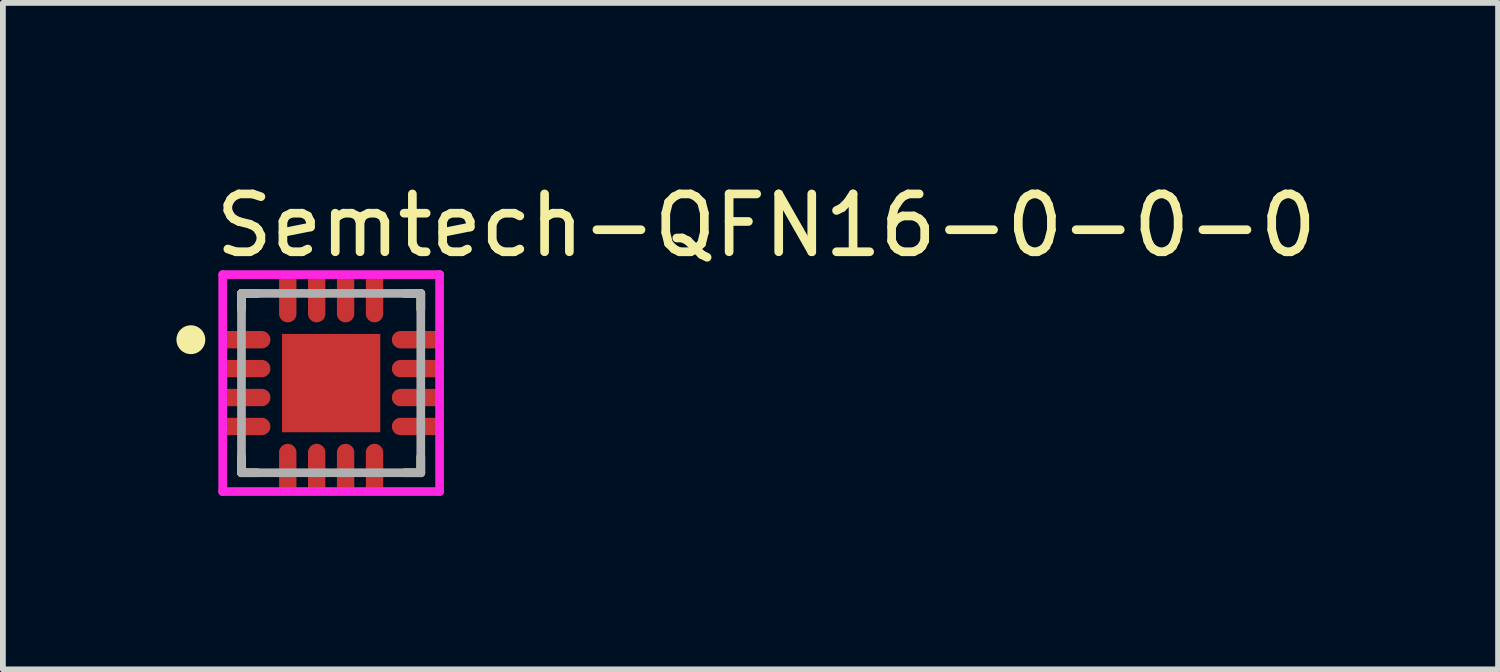
<source format=kicad_pcb>
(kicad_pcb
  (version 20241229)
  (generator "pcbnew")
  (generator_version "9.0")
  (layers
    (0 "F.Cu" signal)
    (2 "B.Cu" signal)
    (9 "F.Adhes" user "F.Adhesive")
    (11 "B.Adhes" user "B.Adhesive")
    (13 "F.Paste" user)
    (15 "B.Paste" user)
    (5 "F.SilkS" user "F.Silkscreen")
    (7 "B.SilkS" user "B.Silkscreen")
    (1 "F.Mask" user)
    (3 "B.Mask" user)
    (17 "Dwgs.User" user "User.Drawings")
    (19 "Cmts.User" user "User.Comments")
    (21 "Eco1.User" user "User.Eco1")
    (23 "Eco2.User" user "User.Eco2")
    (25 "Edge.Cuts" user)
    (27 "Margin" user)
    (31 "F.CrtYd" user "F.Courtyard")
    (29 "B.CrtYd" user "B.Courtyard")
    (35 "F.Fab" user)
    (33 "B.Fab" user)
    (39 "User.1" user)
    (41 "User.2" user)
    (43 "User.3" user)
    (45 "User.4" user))
  (footprint "Semtech-QFN16-0-0-0"
    (layer "F.Cu")
    (at 2.675 3.573)
    (property "Reference" "Semtech-QFN16-0-0-0" (at -2.075 -2.725 0) (layer "F.SilkS") (effects (font (size 1 1) (thickness 0.15)) (justify left)))
    (attr through_hole)
    (fp_line (start -1.55 -1.55) (end -1.275 -1.55) (stroke (width 0.15) (type solid)) (layer "F.SilkS"))
    (fp_line (start -1.55 -1.275) (end -1.55 -1.55) (stroke (width 0.15) (type solid)) (layer "F.SilkS"))
    (fp_line (start -1.55 1.55) (end -1.55 1.275) (stroke (width 0.15) (type solid)) (layer "F.SilkS"))
    (fp_line (start -1.55 1.55) (end -1.275 1.55) (stroke (width 0.15) (type solid)) (layer "F.SilkS"))
    (fp_line (start 1.275 -1.55) (end 1.55 -1.55) (stroke (width 0.15) (type solid)) (layer "F.SilkS"))
    (fp_line (start 1.275 1.55) (end 1.55 1.55) (stroke (width 0.15) (type solid)) (layer "F.SilkS"))
    (fp_line (start 1.55 -1.275) (end 1.55 -1.55) (stroke (width 0.15) (type solid)) (layer "F.SilkS"))
    (fp_line (start 1.55 1.55) (end 1.55 1.275) (stroke (width 0.15) (type solid)) (layer "F.SilkS"))
    (fp_circle (center -2.425 -0.75) (end -2.3 -0.75) (stroke (width 0.25) (type solid)) (fill no) (layer "F.SilkS"))
    (fp_line (start -1.875 -1.875) (end -1.875 1.875) (stroke (width 0.15) (type solid)) (layer "F.CrtYd"))
    (fp_line (start -1.875 1.875) (end 1.875 1.875) (stroke (width 0.15) (type solid)) (layer "F.CrtYd"))
    (fp_line (start 1.875 -1.875) (end -1.875 -1.875) (stroke (width 0.15) (type solid)) (layer "F.CrtYd"))
    (fp_line (start 1.875 -1.875) (end 1.875 -1.875) (stroke (width 0.15) (type solid)) (layer "F.CrtYd"))
    (fp_line (start 1.875 1.875) (end 1.875 -1.875) (stroke (width 0.15) (type solid)) (layer "F.CrtYd"))
    (fp_line (start -1.55 -1.55) (end 1.55 -1.55) (stroke (width 0.15) (type solid)) (layer "F.Fab"))
    (fp_line (start -1.55 1.55) (end -1.55 -1.55) (stroke (width 0.15) (type solid)) (layer "F.Fab"))
    (fp_line (start 1.55 -1.55) (end 1.55 1.55) (stroke (width 0.15) (type solid)) (layer "F.Fab"))
    (fp_line (start 1.55 1.55) (end -1.55 1.55) (stroke (width 0.15) (type solid)) (layer "F.Fab"))
    (pad "1" smd custom (at -1.45 -0.75) (size 0.3 0.3) (layers "F.Cu" "F.Mask" "F.Paste") (options (anchor circle)) (primitives (gr_poly (pts (xy -0.4 -0.15) (xy -0.4 0.15) (xy 0.25 0.15) (xy 0.262 0.15) (xy 0.273 0.148) (xy 0.285 0.146) (xy 0.296 0.143) (xy 0.307 0.139) (xy 0.318 0.134) (xy 0.328 0.128) (xy 0.338 0.121) (xy 0.347 0.114) (xy 0.356 0.106) (xy 0.364 0.097) (xy 0.371 0.088) (xy 0.378 0.078) (xy 0.384 0.068) (xy 0.389 0.057) (xy 0.393 0.046) (xy 0.396 0.035) (xy 0.398 0.023) (xy 0.4 0.012) (xy 0.4 0) (xy 0.4 -0.012) (xy 0.398 -0.023) (xy 0.396 -0.035) (xy 0.393 -0.046) (xy 0.389 -0.057) (xy 0.384 -0.068) (xy 0.378 -0.078) (xy 0.371 -0.088) (xy 0.364 -0.097) (xy 0.356 -0.106) (xy 0.347 -0.114) (xy 0.338 -0.121) (xy 0.328 -0.128) (xy 0.318 -0.134) (xy 0.307 -0.139) (xy 0.296 -0.143) (xy 0.285 -0.146) (xy 0.273 -0.148) (xy 0.262 -0.15) (xy 0.25 -0.15) (xy -0.4 -0.15)) (width 0) (fill yes))))
    (pad "2" smd custom (at -1.45 -0.25) (size 0.3 0.3) (layers "F.Cu" "F.Mask" "F.Paste") (options (anchor circle)) (primitives (gr_poly (pts (xy -0.4 -0.15) (xy -0.4 0.15) (xy 0.25 0.15) (xy 0.262 0.15) (xy 0.273 0.148) (xy 0.285 0.146) (xy 0.296 0.143) (xy 0.307 0.139) (xy 0.318 0.134) (xy 0.328 0.128) (xy 0.338 0.121) (xy 0.347 0.114) (xy 0.356 0.106) (xy 0.364 0.097) (xy 0.371 0.088) (xy 0.378 0.078) (xy 0.384 0.068) (xy 0.389 0.057) (xy 0.393 0.046) (xy 0.396 0.035) (xy 0.398 0.023) (xy 0.4 0.012) (xy 0.4 0) (xy 0.4 -0.012) (xy 0.398 -0.023) (xy 0.396 -0.035) (xy 0.393 -0.046) (xy 0.389 -0.057) (xy 0.384 -0.068) (xy 0.378 -0.078) (xy 0.371 -0.088) (xy 0.364 -0.097) (xy 0.356 -0.106) (xy 0.347 -0.114) (xy 0.338 -0.121) (xy 0.328 -0.128) (xy 0.318 -0.134) (xy 0.307 -0.139) (xy 0.296 -0.143) (xy 0.285 -0.146) (xy 0.273 -0.148) (xy 0.262 -0.15) (xy 0.25 -0.15) (xy -0.4 -0.15)) (width 0) (fill yes))))
    (pad "3" smd custom (at -1.45 0.25) (size 0.3 0.3) (layers "F.Cu" "F.Mask" "F.Paste") (options (anchor circle)) (primitives (gr_poly (pts (xy -0.4 -0.15) (xy -0.4 0.15) (xy 0.25 0.15) (xy 0.262 0.15) (xy 0.273 0.148) (xy 0.285 0.146) (xy 0.296 0.143) (xy 0.307 0.139) (xy 0.318 0.134) (xy 0.328 0.128) (xy 0.338 0.121) (xy 0.347 0.114) (xy 0.356 0.106) (xy 0.364 0.097) (xy 0.371 0.088) (xy 0.378 0.078) (xy 0.384 0.068) (xy 0.389 0.057) (xy 0.393 0.046) (xy 0.396 0.035) (xy 0.398 0.023) (xy 0.4 0.012) (xy 0.4 0) (xy 0.4 -0.012) (xy 0.398 -0.023) (xy 0.396 -0.035) (xy 0.393 -0.046) (xy 0.389 -0.057) (xy 0.384 -0.068) (xy 0.378 -0.078) (xy 0.371 -0.088) (xy 0.364 -0.097) (xy 0.356 -0.106) (xy 0.347 -0.114) (xy 0.338 -0.121) (xy 0.328 -0.128) (xy 0.318 -0.134) (xy 0.307 -0.139) (xy 0.296 -0.143) (xy 0.285 -0.146) (xy 0.273 -0.148) (xy 0.262 -0.15) (xy 0.25 -0.15) (xy -0.4 -0.15)) (width 0) (fill yes))))
    (pad "4" smd custom (at -1.45 0.75) (size 0.3 0.3) (layers "F.Cu" "F.Mask" "F.Paste") (options (anchor circle)) (primitives (gr_poly (pts (xy -0.4 -0.15) (xy -0.4 0.15) (xy 0.25 0.15) (xy 0.262 0.15) (xy 0.273 0.148) (xy 0.285 0.146) (xy 0.296 0.143) (xy 0.307 0.139) (xy 0.318 0.134) (xy 0.328 0.128) (xy 0.338 0.121) (xy 0.347 0.114) (xy 0.356 0.106) (xy 0.364 0.097) (xy 0.371 0.088) (xy 0.378 0.078) (xy 0.384 0.068) (xy 0.389 0.057) (xy 0.393 0.046) (xy 0.396 0.035) (xy 0.398 0.023) (xy 0.4 0.012) (xy 0.4 0) (xy 0.4 -0.012) (xy 0.398 -0.023) (xy 0.396 -0.035) (xy 0.393 -0.046) (xy 0.389 -0.057) (xy 0.384 -0.068) (xy 0.378 -0.078) (xy 0.371 -0.088) (xy 0.364 -0.097) (xy 0.356 -0.106) (xy 0.347 -0.114) (xy 0.338 -0.121) (xy 0.328 -0.128) (xy 0.318 -0.134) (xy 0.307 -0.139) (xy 0.296 -0.143) (xy 0.285 -0.146) (xy 0.273 -0.148) (xy 0.262 -0.15) (xy 0.25 -0.15) (xy -0.4 -0.15)) (width 0) (fill yes))))
    (pad "5" smd custom (at -0.75 1.45) (size 0.3 0.3) (layers "F.Cu" "F.Mask" "F.Paste") (options (anchor circle)) (primitives (gr_poly (pts (xy -0.15 0.4) (xy 0.15 0.4) (xy 0.15 -0.25) (xy 0.15 -0.262) (xy 0.148 -0.273) (xy 0.146 -0.285) (xy 0.143 -0.296) (xy 0.139 -0.307) (xy 0.134 -0.318) (xy 0.128 -0.328) (xy 0.121 -0.338) (xy 0.114 -0.347) (xy 0.106 -0.356) (xy 0.097 -0.364) (xy 0.088 -0.371) (xy 0.078 -0.378) (xy 0.068 -0.384) (xy 0.057 -0.389) (xy 0.046 -0.393) (xy 0.035 -0.396) (xy 0.023 -0.398) (xy 0.012 -0.4) (xy 0 -0.4) (xy -0.012 -0.4) (xy -0.023 -0.398) (xy -0.035 -0.396) (xy -0.046 -0.393) (xy -0.057 -0.389) (xy -0.068 -0.384) (xy -0.078 -0.378) (xy -0.088 -0.371) (xy -0.097 -0.364) (xy -0.106 -0.356) (xy -0.114 -0.347) (xy -0.121 -0.338) (xy -0.128 -0.328) (xy -0.134 -0.318) (xy -0.139 -0.307) (xy -0.143 -0.296) (xy -0.146 -0.285) (xy -0.148 -0.273) (xy -0.15 -0.262) (xy -0.15 -0.25) (xy -0.15 0.4)) (width 0) (fill yes))))
    (pad "6" smd custom (at -0.25 1.45) (size 0.3 0.3) (layers "F.Cu" "F.Mask" "F.Paste") (options (anchor circle)) (primitives (gr_poly (pts (xy -0.15 0.4) (xy 0.15 0.4) (xy 0.15 -0.25) (xy 0.15 -0.262) (xy 0.148 -0.273) (xy 0.146 -0.285) (xy 0.143 -0.296) (xy 0.139 -0.307) (xy 0.134 -0.318) (xy 0.128 -0.328) (xy 0.121 -0.338) (xy 0.114 -0.347) (xy 0.106 -0.356) (xy 0.097 -0.364) (xy 0.088 -0.371) (xy 0.078 -0.378) (xy 0.068 -0.384) (xy 0.057 -0.389) (xy 0.046 -0.393) (xy 0.035 -0.396) (xy 0.023 -0.398) (xy 0.012 -0.4) (xy 0 -0.4) (xy -0.012 -0.4) (xy -0.023 -0.398) (xy -0.035 -0.396) (xy -0.046 -0.393) (xy -0.057 -0.389) (xy -0.068 -0.384) (xy -0.078 -0.378) (xy -0.088 -0.371) (xy -0.097 -0.364) (xy -0.106 -0.356) (xy -0.114 -0.347) (xy -0.121 -0.338) (xy -0.128 -0.328) (xy -0.134 -0.318) (xy -0.139 -0.307) (xy -0.143 -0.296) (xy -0.146 -0.285) (xy -0.148 -0.273) (xy -0.15 -0.262) (xy -0.15 -0.25) (xy -0.15 0.4)) (width 0) (fill yes))))
    (pad "7" smd custom (at 0.25 1.45) (size 0.3 0.3) (layers "F.Cu" "F.Mask" "F.Paste") (options (anchor circle)) (primitives (gr_poly (pts (xy -0.15 0.4) (xy 0.15 0.4) (xy 0.15 -0.25) (xy 0.15 -0.262) (xy 0.148 -0.273) (xy 0.146 -0.285) (xy 0.143 -0.296) (xy 0.139 -0.307) (xy 0.134 -0.318) (xy 0.128 -0.328) (xy 0.121 -0.338) (xy 0.114 -0.347) (xy 0.106 -0.356) (xy 0.097 -0.364) (xy 0.088 -0.371) (xy 0.078 -0.378) (xy 0.068 -0.384) (xy 0.057 -0.389) (xy 0.046 -0.393) (xy 0.035 -0.396) (xy 0.023 -0.398) (xy 0.012 -0.4) (xy 0 -0.4) (xy -0.012 -0.4) (xy -0.023 -0.398) (xy -0.035 -0.396) (xy -0.046 -0.393) (xy -0.057 -0.389) (xy -0.068 -0.384) (xy -0.078 -0.378) (xy -0.088 -0.371) (xy -0.097 -0.364) (xy -0.106 -0.356) (xy -0.114 -0.347) (xy -0.121 -0.338) (xy -0.128 -0.328) (xy -0.134 -0.318) (xy -0.139 -0.307) (xy -0.143 -0.296) (xy -0.146 -0.285) (xy -0.148 -0.273) (xy -0.15 -0.262) (xy -0.15 -0.25) (xy -0.15 0.4)) (width 0) (fill yes))))
    (pad "8" smd custom (at 0.75 1.45) (size 0.3 0.3) (layers "F.Cu" "F.Mask" "F.Paste") (options (anchor circle)) (primitives (gr_poly (pts (xy -0.15 0.4) (xy 0.15 0.4) (xy 0.15 -0.25) (xy 0.15 -0.262) (xy 0.148 -0.273) (xy 0.146 -0.285) (xy 0.143 -0.296) (xy 0.139 -0.307) (xy 0.134 -0.318) (xy 0.128 -0.328) (xy 0.121 -0.338) (xy 0.114 -0.347) (xy 0.106 -0.356) (xy 0.097 -0.364) (xy 0.088 -0.371) (xy 0.078 -0.378) (xy 0.068 -0.384) (xy 0.057 -0.389) (xy 0.046 -0.393) (xy 0.035 -0.396) (xy 0.023 -0.398) (xy 0.012 -0.4) (xy 0 -0.4) (xy -0.012 -0.4) (xy -0.023 -0.398) (xy -0.035 -0.396) (xy -0.046 -0.393) (xy -0.057 -0.389) (xy -0.068 -0.384) (xy -0.078 -0.378) (xy -0.088 -0.371) (xy -0.097 -0.364) (xy -0.106 -0.356) (xy -0.114 -0.347) (xy -0.121 -0.338) (xy -0.128 -0.328) (xy -0.134 -0.318) (xy -0.139 -0.307) (xy -0.143 -0.296) (xy -0.146 -0.285) (xy -0.148 -0.273) (xy -0.15 -0.262) (xy -0.15 -0.25) (xy -0.15 0.4)) (width 0) (fill yes))))
    (pad "9" smd custom (at 1.45 0.75) (size 0.3 0.3) (layers "F.Cu" "F.Mask" "F.Paste") (options (anchor circle)) (primitives (gr_poly (pts (xy 0.4 0.15) (xy 0.4 -0.15) (xy -0.25 -0.15) (xy -0.262 -0.15) (xy -0.273 -0.148) (xy -0.285 -0.146) (xy -0.296 -0.143) (xy -0.307 -0.139) (xy -0.318 -0.134) (xy -0.328 -0.128) (xy -0.338 -0.121) (xy -0.347 -0.114) (xy -0.356 -0.106) (xy -0.364 -0.097) (xy -0.371 -0.088) (xy -0.378 -0.078) (xy -0.384 -0.068) (xy -0.389 -0.057) (xy -0.393 -0.046) (xy -0.396 -0.035) (xy -0.398 -0.023) (xy -0.4 -0.012) (xy -0.4 0) (xy -0.4 0.012) (xy -0.398 0.023) (xy -0.396 0.035) (xy -0.393 0.046) (xy -0.389 0.057) (xy -0.384 0.068) (xy -0.378 0.078) (xy -0.371 0.088) (xy -0.364 0.097) (xy -0.356 0.106) (xy -0.347 0.114) (xy -0.338 0.121) (xy -0.328 0.128) (xy -0.318 0.134) (xy -0.307 0.139) (xy -0.296 0.143) (xy -0.285 0.146) (xy -0.273 0.148) (xy -0.262 0.15) (xy -0.25 0.15) (xy 0.4 0.15)) (width 0) (fill yes))))
    (pad "10" smd custom (at 1.45 0.25) (size 0.3 0.3) (layers "F.Cu" "F.Mask" "F.Paste") (options (anchor circle)) (primitives (gr_poly (pts (xy 0.4 0.15) (xy 0.4 -0.15) (xy -0.25 -0.15) (xy -0.262 -0.15) (xy -0.273 -0.148) (xy -0.285 -0.146) (xy -0.296 -0.143) (xy -0.307 -0.139) (xy -0.318 -0.134) (xy -0.328 -0.128) (xy -0.338 -0.121) (xy -0.347 -0.114) (xy -0.356 -0.106) (xy -0.364 -0.097) (xy -0.371 -0.088) (xy -0.378 -0.078) (xy -0.384 -0.068) (xy -0.389 -0.057) (xy -0.393 -0.046) (xy -0.396 -0.035) (xy -0.398 -0.023) (xy -0.4 -0.012) (xy -0.4 0) (xy -0.4 0.012) (xy -0.398 0.023) (xy -0.396 0.035) (xy -0.393 0.046) (xy -0.389 0.057) (xy -0.384 0.068) (xy -0.378 0.078) (xy -0.371 0.088) (xy -0.364 0.097) (xy -0.356 0.106) (xy -0.347 0.114) (xy -0.338 0.121) (xy -0.328 0.128) (xy -0.318 0.134) (xy -0.307 0.139) (xy -0.296 0.143) (xy -0.285 0.146) (xy -0.273 0.148) (xy -0.262 0.15) (xy -0.25 0.15) (xy 0.4 0.15)) (width 0) (fill yes))))
    (pad "11" smd custom (at 1.45 -0.25) (size 0.3 0.3) (layers "F.Cu" "F.Mask" "F.Paste") (options (anchor circle)) (primitives (gr_poly (pts (xy 0.4 0.15) (xy 0.4 -0.15) (xy -0.25 -0.15) (xy -0.262 -0.15) (xy -0.273 -0.148) (xy -0.285 -0.146) (xy -0.296 -0.143) (xy -0.307 -0.139) (xy -0.318 -0.134) (xy -0.328 -0.128) (xy -0.338 -0.121) (xy -0.347 -0.114) (xy -0.356 -0.106) (xy -0.364 -0.097) (xy -0.371 -0.088) (xy -0.378 -0.078) (xy -0.384 -0.068) (xy -0.389 -0.057) (xy -0.393 -0.046) (xy -0.396 -0.035) (xy -0.398 -0.023) (xy -0.4 -0.012) (xy -0.4 0) (xy -0.4 0.012) (xy -0.398 0.023) (xy -0.396 0.035) (xy -0.393 0.046) (xy -0.389 0.057) (xy -0.384 0.068) (xy -0.378 0.078) (xy -0.371 0.088) (xy -0.364 0.097) (xy -0.356 0.106) (xy -0.347 0.114) (xy -0.338 0.121) (xy -0.328 0.128) (xy -0.318 0.134) (xy -0.307 0.139) (xy -0.296 0.143) (xy -0.285 0.146) (xy -0.273 0.148) (xy -0.262 0.15) (xy -0.25 0.15) (xy 0.4 0.15)) (width 0) (fill yes))))
    (pad "12" smd custom (at 1.45 -0.75) (size 0.3 0.3) (layers "F.Cu" "F.Mask" "F.Paste") (options (anchor circle)) (primitives (gr_poly (pts (xy 0.4 0.15) (xy 0.4 -0.15) (xy -0.25 -0.15) (xy -0.262 -0.15) (xy -0.273 -0.148) (xy -0.285 -0.146) (xy -0.296 -0.143) (xy -0.307 -0.139) (xy -0.318 -0.134) (xy -0.328 -0.128) (xy -0.338 -0.121) (xy -0.347 -0.114) (xy -0.356 -0.106) (xy -0.364 -0.097) (xy -0.371 -0.088) (xy -0.378 -0.078) (xy -0.384 -0.068) (xy -0.389 -0.057) (xy -0.393 -0.046) (xy -0.396 -0.035) (xy -0.398 -0.023) (xy -0.4 -0.012) (xy -0.4 0) (xy -0.4 0.012) (xy -0.398 0.023) (xy -0.396 0.035) (xy -0.393 0.046) (xy -0.389 0.057) (xy -0.384 0.068) (xy -0.378 0.078) (xy -0.371 0.088) (xy -0.364 0.097) (xy -0.356 0.106) (xy -0.347 0.114) (xy -0.338 0.121) (xy -0.328 0.128) (xy -0.318 0.134) (xy -0.307 0.139) (xy -0.296 0.143) (xy -0.285 0.146) (xy -0.273 0.148) (xy -0.262 0.15) (xy -0.25 0.15) (xy 0.4 0.15)) (width 0) (fill yes))))
    (pad "13" smd custom (at 0.75 -1.45) (size 0.3 0.3) (layers "F.Cu" "F.Mask" "F.Paste") (options (anchor circle)) (primitives (gr_poly (pts (xy 0.15 -0.4) (xy -0.15 -0.4) (xy -0.15 0.25) (xy -0.15 0.262) (xy -0.148 0.273) (xy -0.146 0.285) (xy -0.143 0.296) (xy -0.139 0.307) (xy -0.134 0.318) (xy -0.128 0.328) (xy -0.121 0.338) (xy -0.114 0.347) (xy -0.106 0.356) (xy -0.097 0.364) (xy -0.088 0.371) (xy -0.078 0.378) (xy -0.068 0.384) (xy -0.057 0.389) (xy -0.046 0.393) (xy -0.035 0.396) (xy -0.023 0.398) (xy -0.012 0.4) (xy 0 0.4) (xy 0.012 0.4) (xy 0.023 0.398) (xy 0.035 0.396) (xy 0.046 0.393) (xy 0.057 0.389) (xy 0.068 0.384) (xy 0.078 0.378) (xy 0.088 0.371) (xy 0.097 0.364) (xy 0.106 0.356) (xy 0.114 0.347) (xy 0.121 0.338) (xy 0.128 0.328) (xy 0.134 0.318) (xy 0.139 0.307) (xy 0.143 0.296) (xy 0.146 0.285) (xy 0.148 0.273) (xy 0.15 0.262) (xy 0.15 0.25) (xy 0.15 -0.4)) (width 0) (fill yes))))
    (pad "14" smd custom (at 0.25 -1.45) (size 0.3 0.3) (layers "F.Cu" "F.Mask" "F.Paste") (options (anchor circle)) (primitives (gr_poly (pts (xy 0.15 -0.4) (xy -0.15 -0.4) (xy -0.15 0.25) (xy -0.15 0.262) (xy -0.148 0.273) (xy -0.146 0.285) (xy -0.143 0.296) (xy -0.139 0.307) (xy -0.134 0.318) (xy -0.128 0.328) (xy -0.121 0.338) (xy -0.114 0.347) (xy -0.106 0.356) (xy -0.097 0.364) (xy -0.088 0.371) (xy -0.078 0.378) (xy -0.068 0.384) (xy -0.057 0.389) (xy -0.046 0.393) (xy -0.035 0.396) (xy -0.023 0.398) (xy -0.012 0.4) (xy 0 0.4) (xy 0.012 0.4) (xy 0.023 0.398) (xy 0.035 0.396) (xy 0.046 0.393) (xy 0.057 0.389) (xy 0.068 0.384) (xy 0.078 0.378) (xy 0.088 0.371) (xy 0.097 0.364) (xy 0.106 0.356) (xy 0.114 0.347) (xy 0.121 0.338) (xy 0.128 0.328) (xy 0.134 0.318) (xy 0.139 0.307) (xy 0.143 0.296) (xy 0.146 0.285) (xy 0.148 0.273) (xy 0.15 0.262) (xy 0.15 0.25) (xy 0.15 -0.4)) (width 0) (fill yes))))
    (pad "15" smd custom (at -0.25 -1.45) (size 0.3 0.3) (layers "F.Cu" "F.Mask" "F.Paste") (options (anchor circle)) (primitives (gr_poly (pts (xy 0.15 -0.4) (xy -0.15 -0.4) (xy -0.15 0.25) (xy -0.15 0.262) (xy -0.148 0.273) (xy -0.146 0.285) (xy -0.143 0.296) (xy -0.139 0.307) (xy -0.134 0.318) (xy -0.128 0.328) (xy -0.121 0.338) (xy -0.114 0.347) (xy -0.106 0.356) (xy -0.097 0.364) (xy -0.088 0.371) (xy -0.078 0.378) (xy -0.068 0.384) (xy -0.057 0.389) (xy -0.046 0.393) (xy -0.035 0.396) (xy -0.023 0.398) (xy -0.012 0.4) (xy 0 0.4) (xy 0.012 0.4) (xy 0.023 0.398) (xy 0.035 0.396) (xy 0.046 0.393) (xy 0.057 0.389) (xy 0.068 0.384) (xy 0.078 0.378) (xy 0.088 0.371) (xy 0.097 0.364) (xy 0.106 0.356) (xy 0.114 0.347) (xy 0.121 0.338) (xy 0.128 0.328) (xy 0.134 0.318) (xy 0.139 0.307) (xy 0.143 0.296) (xy 0.146 0.285) (xy 0.148 0.273) (xy 0.15 0.262) (xy 0.15 0.25) (xy 0.15 -0.4)) (width 0) (fill yes))))
    (pad "16" smd custom (at -0.75 -1.45) (size 0.3 0.3) (layers "F.Cu" "F.Mask" "F.Paste") (options (anchor circle)) (primitives (gr_poly (pts (xy 0.15 -0.4) (xy -0.15 -0.4) (xy -0.15 0.25) (xy -0.15 0.262) (xy -0.148 0.273) (xy -0.146 0.285) (xy -0.143 0.296) (xy -0.139 0.307) (xy -0.134 0.318) (xy -0.128 0.328) (xy -0.121 0.338) (xy -0.114 0.347) (xy -0.106 0.356) (xy -0.097 0.364) (xy -0.088 0.371) (xy -0.078 0.378) (xy -0.068 0.384) (xy -0.057 0.389) (xy -0.046 0.393) (xy -0.035 0.396) (xy -0.023 0.398) (xy -0.012 0.4) (xy 0 0.4) (xy 0.012 0.4) (xy 0.023 0.398) (xy 0.035 0.396) (xy 0.046 0.393) (xy 0.057 0.389) (xy 0.068 0.384) (xy 0.078 0.378) (xy 0.088 0.371) (xy 0.097 0.364) (xy 0.106 0.356) (xy 0.114 0.347) (xy 0.121 0.338) (xy 0.128 0.328) (xy 0.134 0.318) (xy 0.139 0.307) (xy 0.143 0.296) (xy 0.146 0.285) (xy 0.148 0.273) (xy 0.15 0.262) (xy 0.15 0.25) (xy 0.15 -0.4)) (width 0) (fill yes))))
    (pad "17" smd rect (at 0 0) (size 1.7 1.7) (layers "F.Cu" "F.Mask" "F.Paste")))
  (gr_rect
    (start -3 -3)
    (end 22.85 8.523)
    (stroke (width 0.1) (type default))
    (fill no)
    (layer "Edge.Cuts")))
</source>
